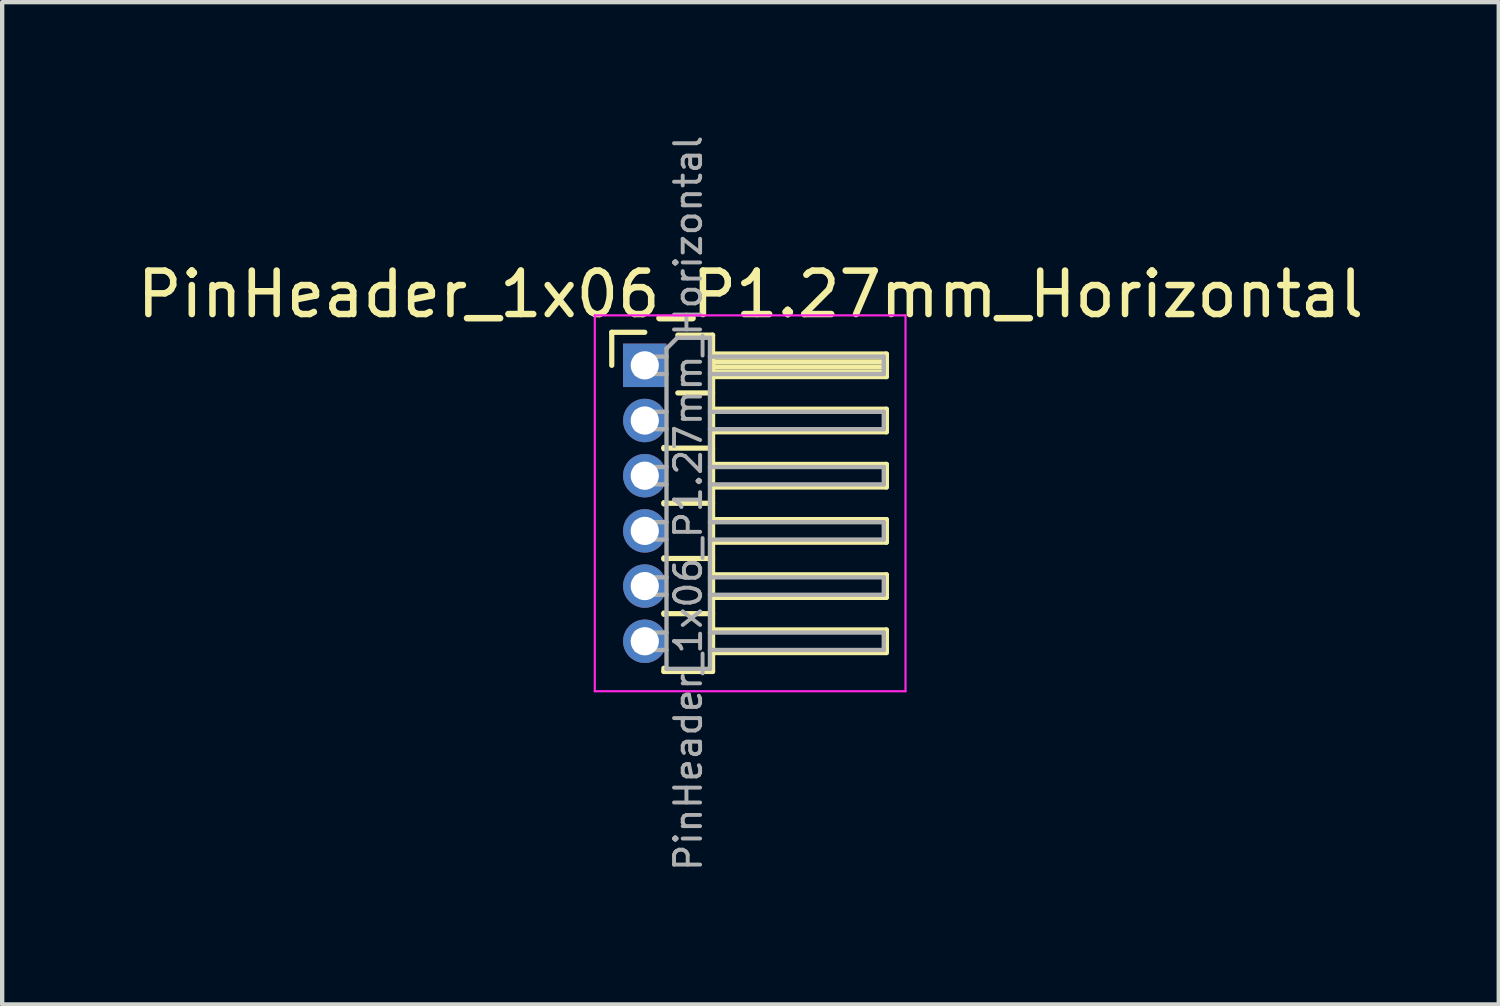
<source format=kicad_pcb>
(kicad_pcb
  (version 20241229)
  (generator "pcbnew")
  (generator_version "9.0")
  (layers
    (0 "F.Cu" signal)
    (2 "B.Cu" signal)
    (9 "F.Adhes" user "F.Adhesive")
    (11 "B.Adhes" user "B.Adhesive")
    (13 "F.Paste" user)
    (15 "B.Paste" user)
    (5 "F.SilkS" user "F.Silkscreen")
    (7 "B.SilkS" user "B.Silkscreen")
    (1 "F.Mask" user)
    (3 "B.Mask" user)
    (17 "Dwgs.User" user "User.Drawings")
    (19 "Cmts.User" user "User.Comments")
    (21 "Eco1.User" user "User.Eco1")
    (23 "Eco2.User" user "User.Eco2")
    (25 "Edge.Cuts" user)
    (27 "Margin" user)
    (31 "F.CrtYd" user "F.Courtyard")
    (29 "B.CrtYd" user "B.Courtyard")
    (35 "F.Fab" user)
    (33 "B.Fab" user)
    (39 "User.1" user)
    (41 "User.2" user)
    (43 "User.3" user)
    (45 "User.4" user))
  (footprint "PinHeader_1x06_P1.27mm_Horizontal"
    (layer "F.Cu")
    (at 11.788 5.357)
    (property "Reference" "PinHeader_1x06_P1.27mm_Horizontal" (at 2.433 -1.635 0) (layer "F.SilkS") (effects (font (size 1 1) (thickness 0.15))))
    (attr through_hole)
    (fp_line (start -0.76 -0.76) (end 0 -0.76) (stroke (width 0.12) (type solid)) (layer "F.SilkS"))
    (fp_line (start -0.76 0) (end -0.76 -0.76) (stroke (width 0.12) (type solid)) (layer "F.SilkS"))
    (fp_line (start 0.44 1.89) (end 0.44 1.92) (stroke (width 0.12) (type solid)) (layer "F.SilkS"))
    (fp_line (start 0.44 1.905) (end 1.56 1.905) (stroke (width 0.12) (type solid)) (layer "F.SilkS"))
    (fp_line (start 0.44 3.16) (end 0.44 3.19) (stroke (width 0.12) (type solid)) (layer "F.SilkS"))
    (fp_line (start 0.44 3.175) (end 1.56 3.175) (stroke (width 0.12) (type solid)) (layer "F.SilkS"))
    (fp_line (start 0.44 4.43) (end 0.44 4.46) (stroke (width 0.12) (type solid)) (layer "F.SilkS"))
    (fp_line (start 0.44 4.445) (end 1.56 4.445) (stroke (width 0.12) (type solid)) (layer "F.SilkS"))
    (fp_line (start 0.44 5.7) (end 0.44 5.73) (stroke (width 0.12) (type solid)) (layer "F.SilkS"))
    (fp_line (start 0.44 5.715) (end 1.56 5.715) (stroke (width 0.12) (type solid)) (layer "F.SilkS"))
    (fp_line (start 0.44 7.045) (end 0.44 6.97) (stroke (width 0.12) (type solid)) (layer "F.SilkS"))
    (fp_line (start 0.76 -0.695) (end 1.56 -0.695) (stroke (width 0.12) (type solid)) (layer "F.SilkS"))
    (fp_line (start 0.76 0.635) (end 1.56 0.635) (stroke (width 0.12) (type solid)) (layer "F.SilkS"))
    (fp_line (start 1.56 -0.695) (end 1.56 7.045) (stroke (width 0.12) (type solid)) (layer "F.SilkS"))
    (fp_line (start 1.56 -0.26) (end 5.56 -0.26) (stroke (width 0.12) (type solid)) (layer "F.SilkS"))
    (fp_line (start 1.56 -0.2) (end 5.56 -0.2) (stroke (width 0.12) (type solid)) (layer "F.SilkS"))
    (fp_line (start 1.56 -0.08) (end 5.56 -0.08) (stroke (width 0.12) (type solid)) (layer "F.SilkS"))
    (fp_line (start 1.56 0.04) (end 5.56 0.04) (stroke (width 0.12) (type solid)) (layer "F.SilkS"))
    (fp_line (start 1.56 0.16) (end 5.56 0.16) (stroke (width 0.12) (type solid)) (layer "F.SilkS"))
    (fp_line (start 1.56 1.01) (end 5.56 1.01) (stroke (width 0.12) (type solid)) (layer "F.SilkS"))
    (fp_line (start 1.56 2.28) (end 5.56 2.28) (stroke (width 0.12) (type solid)) (layer "F.SilkS"))
    (fp_line (start 1.56 3.55) (end 5.56 3.55) (stroke (width 0.12) (type solid)) (layer "F.SilkS"))
    (fp_line (start 1.56 4.82) (end 5.56 4.82) (stroke (width 0.12) (type solid)) (layer "F.SilkS"))
    (fp_line (start 1.56 6.09) (end 5.56 6.09) (stroke (width 0.12) (type solid)) (layer "F.SilkS"))
    (fp_line (start 1.56 7.045) (end 0.44 7.045) (stroke (width 0.12) (type solid)) (layer "F.SilkS"))
    (fp_line (start 5.56 -0.26) (end 5.56 0.26) (stroke (width 0.12) (type solid)) (layer "F.SilkS"))
    (fp_line (start 5.56 0.26) (end 1.56 0.26) (stroke (width 0.12) (type solid)) (layer "F.SilkS"))
    (fp_line (start 5.56 1.01) (end 5.56 1.53) (stroke (width 0.12) (type solid)) (layer "F.SilkS"))
    (fp_line (start 5.56 1.53) (end 1.56 1.53) (stroke (width 0.12) (type solid)) (layer "F.SilkS"))
    (fp_line (start 5.56 2.28) (end 5.56 2.8) (stroke (width 0.12) (type solid)) (layer "F.SilkS"))
    (fp_line (start 5.56 2.8) (end 1.56 2.8) (stroke (width 0.12) (type solid)) (layer "F.SilkS"))
    (fp_line (start 5.56 3.55) (end 5.56 4.07) (stroke (width 0.12) (type solid)) (layer "F.SilkS"))
    (fp_line (start 5.56 4.07) (end 1.56 4.07) (stroke (width 0.12) (type solid)) (layer "F.SilkS"))
    (fp_line (start 5.56 4.82) (end 5.56 5.34) (stroke (width 0.12) (type solid)) (layer "F.SilkS"))
    (fp_line (start 5.56 5.34) (end 1.56 5.34) (stroke (width 0.12) (type solid)) (layer "F.SilkS"))
    (fp_line (start 5.56 6.09) (end 5.56 6.61) (stroke (width 0.12) (type solid)) (layer "F.SilkS"))
    (fp_line (start 5.56 6.61) (end 1.56 6.61) (stroke (width 0.12) (type solid)) (layer "F.SilkS"))
    (fp_line (start -1.15 -1.15) (end -1.15 7.5) (stroke (width 0.05) (type solid)) (layer "F.CrtYd"))
    (fp_line (start -1.15 7.5) (end 6 7.5) (stroke (width 0.05) (type solid)) (layer "F.CrtYd"))
    (fp_line (start 6 -1.15) (end -1.15 -1.15) (stroke (width 0.05) (type solid)) (layer "F.CrtYd"))
    (fp_line (start 6 7.5) (end 6 -1.15) (stroke (width 0.05) (type solid)) (layer "F.CrtYd"))
    (fp_line (start -0.2 -0.2) (end -0.2 0.2) (stroke (width 0.1) (type solid)) (layer "F.Fab"))
    (fp_line (start -0.2 -0.2) (end 0.5 -0.2) (stroke (width 0.1) (type solid)) (layer "F.Fab"))
    (fp_line (start -0.2 0.2) (end 0.5 0.2) (stroke (width 0.1) (type solid)) (layer "F.Fab"))
    (fp_line (start -0.2 1.07) (end -0.2 1.47) (stroke (width 0.1) (type solid)) (layer "F.Fab"))
    (fp_line (start -0.2 1.07) (end 0.5 1.07) (stroke (width 0.1) (type solid)) (layer "F.Fab"))
    (fp_line (start -0.2 1.47) (end 0.5 1.47) (stroke (width 0.1) (type solid)) (layer "F.Fab"))
    (fp_line (start -0.2 2.34) (end -0.2 2.74) (stroke (width 0.1) (type solid)) (layer "F.Fab"))
    (fp_line (start -0.2 2.34) (end 0.5 2.34) (stroke (width 0.1) (type solid)) (layer "F.Fab"))
    (fp_line (start -0.2 2.74) (end 0.5 2.74) (stroke (width 0.1) (type solid)) (layer "F.Fab"))
    (fp_line (start -0.2 3.61) (end -0.2 4.01) (stroke (width 0.1) (type solid)) (layer "F.Fab"))
    (fp_line (start -0.2 3.61) (end 0.5 3.61) (stroke (width 0.1) (type solid)) (layer "F.Fab"))
    (fp_line (start -0.2 4.01) (end 0.5 4.01) (stroke (width 0.1) (type solid)) (layer "F.Fab"))
    (fp_line (start -0.2 4.88) (end -0.2 5.28) (stroke (width 0.1) (type solid)) (layer "F.Fab"))
    (fp_line (start -0.2 4.88) (end 0.5 4.88) (stroke (width 0.1) (type solid)) (layer "F.Fab"))
    (fp_line (start -0.2 5.28) (end 0.5 5.28) (stroke (width 0.1) (type solid)) (layer "F.Fab"))
    (fp_line (start -0.2 6.15) (end -0.2 6.55) (stroke (width 0.1) (type solid)) (layer "F.Fab"))
    (fp_line (start -0.2 6.15) (end 0.5 6.15) (stroke (width 0.1) (type solid)) (layer "F.Fab"))
    (fp_line (start -0.2 6.55) (end 0.5 6.55) (stroke (width 0.1) (type solid)) (layer "F.Fab"))
    (fp_line (start 0.5 -0.385) (end 0.75 -0.635) (stroke (width 0.1) (type solid)) (layer "F.Fab"))
    (fp_line (start 0.5 6.985) (end 0.5 -0.385) (stroke (width 0.1) (type solid)) (layer "F.Fab"))
    (fp_line (start 0.75 -0.635) (end 1.5 -0.635) (stroke (width 0.1) (type solid)) (layer "F.Fab"))
    (fp_line (start 1.5 -0.635) (end 1.5 6.985) (stroke (width 0.1) (type solid)) (layer "F.Fab"))
    (fp_line (start 1.5 -0.2) (end 5.5 -0.2) (stroke (width 0.1) (type solid)) (layer "F.Fab"))
    (fp_line (start 1.5 0.2) (end 5.5 0.2) (stroke (width 0.1) (type solid)) (layer "F.Fab"))
    (fp_line (start 1.5 1.07) (end 5.5 1.07) (stroke (width 0.1) (type solid)) (layer "F.Fab"))
    (fp_line (start 1.5 1.47) (end 5.5 1.47) (stroke (width 0.1) (type solid)) (layer "F.Fab"))
    (fp_line (start 1.5 2.34) (end 5.5 2.34) (stroke (width 0.1) (type solid)) (layer "F.Fab"))
    (fp_line (start 1.5 2.74) (end 5.5 2.74) (stroke (width 0.1) (type solid)) (layer "F.Fab"))
    (fp_line (start 1.5 3.61) (end 5.5 3.61) (stroke (width 0.1) (type solid)) (layer "F.Fab"))
    (fp_line (start 1.5 4.01) (end 5.5 4.01) (stroke (width 0.1) (type solid)) (layer "F.Fab"))
    (fp_line (start 1.5 4.88) (end 5.5 4.88) (stroke (width 0.1) (type solid)) (layer "F.Fab"))
    (fp_line (start 1.5 5.28) (end 5.5 5.28) (stroke (width 0.1) (type solid)) (layer "F.Fab"))
    (fp_line (start 1.5 6.15) (end 5.5 6.15) (stroke (width 0.1) (type solid)) (layer "F.Fab"))
    (fp_line (start 1.5 6.55) (end 5.5 6.55) (stroke (width 0.1) (type solid)) (layer "F.Fab"))
    (fp_line (start 1.5 6.985) (end 0.5 6.985) (stroke (width 0.1) (type solid)) (layer "F.Fab"))
    (fp_line (start 5.5 -0.2) (end 5.5 0.2) (stroke (width 0.1) (type solid)) (layer "F.Fab"))
    (fp_line (start 5.5 1.07) (end 5.5 1.47) (stroke (width 0.1) (type solid)) (layer "F.Fab"))
    (fp_line (start 5.5 2.34) (end 5.5 2.74) (stroke (width 0.1) (type solid)) (layer "F.Fab"))
    (fp_line (start 5.5 3.61) (end 5.5 4.01) (stroke (width 0.1) (type solid)) (layer "F.Fab"))
    (fp_line (start 5.5 4.88) (end 5.5 5.28) (stroke (width 0.1) (type solid)) (layer "F.Fab"))
    (fp_line (start 5.5 6.15) (end 5.5 6.55) (stroke (width 0.1) (type solid)) (layer "F.Fab"))
    (fp_text user "${REFERENCE}" (at 1 3.175 90) (layer "F.Fab") (effects (font (size 0.6 0.6) (thickness 0.09))))
    (pad "1" thru_hole rect (at 0 0) (size 1 1) (drill 0.65) (layers "*.Cu" "*.Mask"))
    (pad "2" thru_hole oval (at 0 1.27) (size 1 1) (drill 0.65) (layers "*.Cu" "*.Mask"))
    (pad "3" thru_hole oval (at 0 2.54) (size 1 1) (drill 0.65) (layers "*.Cu" "*.Mask"))
    (pad "4" thru_hole oval (at 0 3.81) (size 1 1) (drill 0.65) (layers "*.Cu" "*.Mask"))
    (pad "5" thru_hole oval (at 0 5.08) (size 1 1) (drill 0.65) (layers "*.Cu" "*.Mask"))
    (pad "6" thru_hole oval (at 0 6.35) (size 1 1) (drill 0.65) (layers "*.Cu" "*.Mask")))
  (gr_rect
    (start -3 -3)
    (end 31.44 20.064)
    (stroke (width 0.1) (type default))
    (fill no)
    (layer "Edge.Cuts")))
</source>
